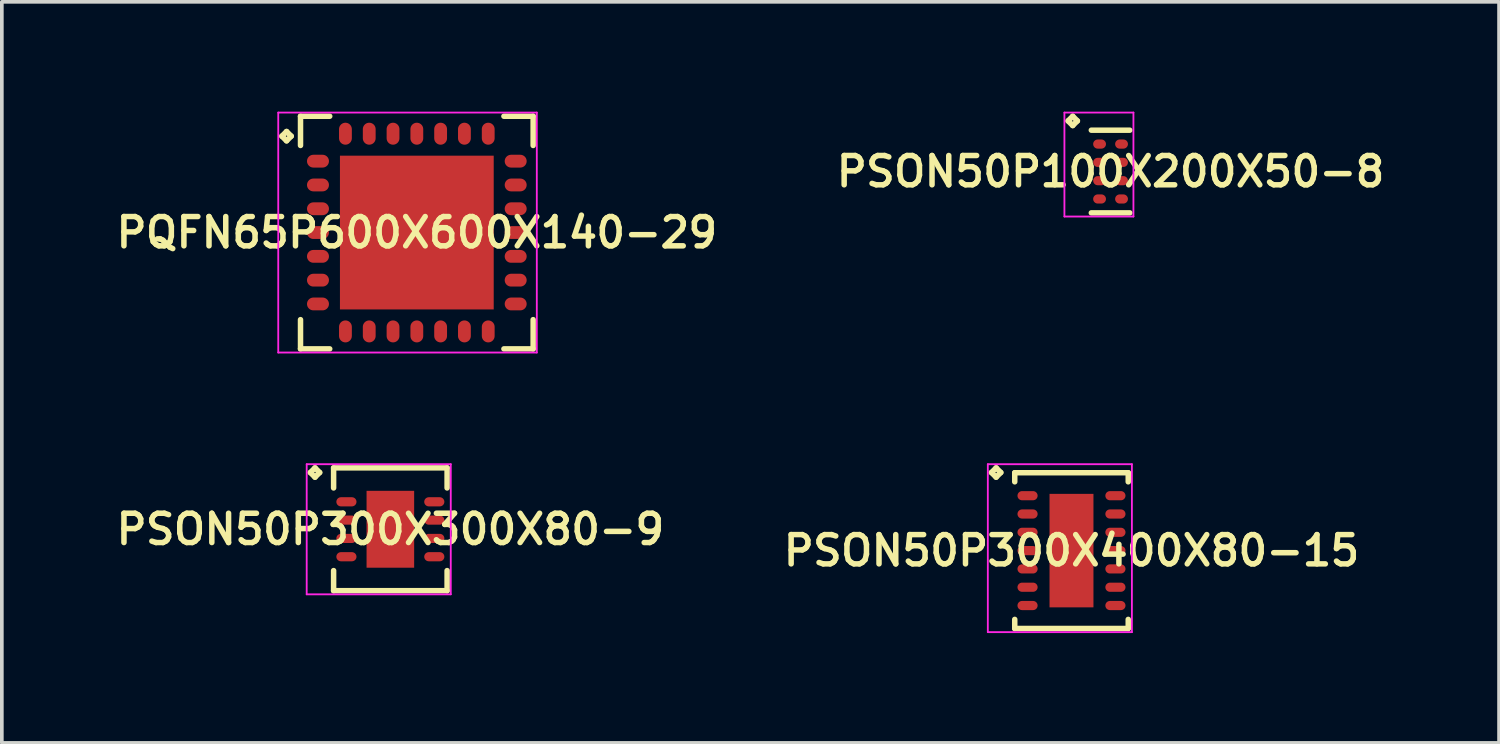
<source format=kicad_pcb>
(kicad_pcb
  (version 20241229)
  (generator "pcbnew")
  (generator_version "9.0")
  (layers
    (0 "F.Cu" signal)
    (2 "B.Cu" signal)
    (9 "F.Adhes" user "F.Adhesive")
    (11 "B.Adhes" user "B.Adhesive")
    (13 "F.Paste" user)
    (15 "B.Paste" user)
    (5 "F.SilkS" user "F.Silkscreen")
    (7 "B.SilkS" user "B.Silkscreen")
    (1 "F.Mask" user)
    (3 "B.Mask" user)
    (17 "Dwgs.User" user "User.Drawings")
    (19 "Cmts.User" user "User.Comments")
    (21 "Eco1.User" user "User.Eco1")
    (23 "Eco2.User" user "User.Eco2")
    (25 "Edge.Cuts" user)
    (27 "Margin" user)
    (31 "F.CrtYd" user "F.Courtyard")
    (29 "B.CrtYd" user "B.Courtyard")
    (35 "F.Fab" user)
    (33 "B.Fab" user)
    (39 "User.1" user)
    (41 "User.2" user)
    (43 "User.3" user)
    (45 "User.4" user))
  (footprint "PSON50P300X300X80-9"
    (layer "F.Cu")
    (at 7.612 11.406)
    (property "Reference" "PSON50P300X300X80-9" (at 0 0 0) (layer "F.SilkS") (effects (font (size 0.8 0.8) (thickness 0.15))))
    (attr smd)
    (fp_line (start -2.185 -1.55) (end -2.058 -1.677) (stroke (width 0.15) (type solid)) (layer "F.SilkS"))
    (fp_line (start -2.058 -1.677) (end -1.931 -1.55) (stroke (width 0.15) (type solid)) (layer "F.SilkS"))
    (fp_line (start -2.058 -1.423) (end -2.185 -1.55) (stroke (width 0.15) (type solid)) (layer "F.SilkS"))
    (fp_line (start -1.931 -1.55) (end -2.058 -1.423) (stroke (width 0.15) (type solid)) (layer "F.SilkS"))
    (fp_line (start -1.55 -1.677) (end 1.55 -1.677) (stroke (width 0.15) (type solid)) (layer "F.SilkS"))
    (fp_line (start -1.55 -1.129) (end -1.55 -1.677) (stroke (width 0.15) (type solid)) (layer "F.SilkS"))
    (fp_line (start -1.55 1.129) (end -1.55 1.677) (stroke (width 0.15) (type solid)) (layer "F.SilkS"))
    (fp_line (start -1.55 1.677) (end 1.55 1.677) (stroke (width 0.15) (type solid)) (layer "F.SilkS"))
    (fp_line (start 1.55 -1.677) (end 1.55 -1.129) (stroke (width 0.15) (type solid)) (layer "F.SilkS"))
    (fp_line (start 1.55 1.677) (end 1.55 1.129) (stroke (width 0.15) (type solid)) (layer "F.SilkS"))
    (fp_line (start -2.285 -1.777) (end 1.65 -1.777) (stroke (width 0.05) (type solid)) (layer "F.CrtYd"))
    (fp_line (start -2.285 1.777) (end -2.285 -1.777) (stroke (width 0.05) (type solid)) (layer "F.CrtYd"))
    (fp_line (start 1.65 -1.777) (end 1.65 1.777) (stroke (width 0.05) (type solid)) (layer "F.CrtYd"))
    (fp_line (start 1.65 1.777) (end -2.285 1.777) (stroke (width 0.05) (type solid)) (layer "F.CrtYd"))
    (pad "1" smd oval (at -1.2 -0.75) (size 0.55 0.25) (layers "F.Cu" "F.Mask" "F.Paste"))
    (pad "2" smd oval (at -1.2 -0.25) (size 0.55 0.25) (layers "F.Cu" "F.Mask" "F.Paste"))
    (pad "3" smd oval (at -1.2 0.25) (size 0.55 0.25) (layers "F.Cu" "F.Mask" "F.Paste"))
    (pad "4" smd oval (at -1.2 0.75) (size 0.55 0.25) (layers "F.Cu" "F.Mask" "F.Paste"))
    (pad "5" smd oval (at 1.2 0.75) (size 0.55 0.25) (layers "F.Cu" "F.Mask" "F.Paste"))
    (pad "6" smd oval (at 1.2 0.25) (size 0.55 0.25) (layers "F.Cu" "F.Mask" "F.Paste"))
    (pad "7" smd oval (at 1.2 -0.25) (size 0.55 0.25) (layers "F.Cu" "F.Mask" "F.Paste"))
    (pad "8" smd oval (at 1.2 -0.75) (size 0.55 0.25) (layers "F.Cu" "F.Mask" "F.Paste"))
    (pad "9" smd rect (at 0 0) (size 1.3 2.1) (layers "F.Cu" "F.Mask" "F.Paste")))
  (footprint "PQFN65P600X600X140-29"
    (layer "F.Cu")
    (at 8.335 3.302)
    (property "Reference" "PQFN65P600X600X140-29" (at 0 0 0) (layer "F.SilkS") (effects (font (size 0.8 0.8) (thickness 0.15))))
    (attr smd)
    (fp_line (start -3.685 -2.633) (end -3.558 -2.76) (stroke (width 0.15) (type solid)) (layer "F.SilkS"))
    (fp_line (start -3.558 -2.76) (end -3.431 -2.633) (stroke (width 0.15) (type solid)) (layer "F.SilkS"))
    (fp_line (start -3.558 -2.506) (end -3.685 -2.633) (stroke (width 0.15) (type solid)) (layer "F.SilkS"))
    (fp_line (start -3.431 -2.633) (end -3.558 -2.506) (stroke (width 0.15) (type solid)) (layer "F.SilkS"))
    (fp_line (start -3.177 -3.177) (end -2.379 -3.177) (stroke (width 0.15) (type solid)) (layer "F.SilkS"))
    (fp_line (start -3.177 -2.379) (end -3.177 -3.177) (stroke (width 0.15) (type solid)) (layer "F.SilkS"))
    (fp_line (start -3.177 2.379) (end -3.177 3.177) (stroke (width 0.15) (type solid)) (layer "F.SilkS"))
    (fp_line (start -3.177 3.177) (end -2.379 3.177) (stroke (width 0.15) (type solid)) (layer "F.SilkS"))
    (fp_line (start 2.379 -3.177) (end 3.177 -3.177) (stroke (width 0.15) (type solid)) (layer "F.SilkS"))
    (fp_line (start 2.379 3.177) (end 3.177 3.177) (stroke (width 0.15) (type solid)) (layer "F.SilkS"))
    (fp_line (start 3.177 -3.177) (end 3.177 -2.379) (stroke (width 0.15) (type solid)) (layer "F.SilkS"))
    (fp_line (start 3.177 3.177) (end 3.177 2.379) (stroke (width 0.15) (type solid)) (layer "F.SilkS"))
    (fp_line (start -3.785 -3.277) (end 3.277 -3.277) (stroke (width 0.05) (type solid)) (layer "F.CrtYd"))
    (fp_line (start -3.785 3.277) (end -3.785 -3.277) (stroke (width 0.05) (type solid)) (layer "F.CrtYd"))
    (fp_line (start 3.277 -3.277) (end 3.277 3.277) (stroke (width 0.05) (type solid)) (layer "F.CrtYd"))
    (fp_line (start 3.277 3.277) (end -3.785 3.277) (stroke (width 0.05) (type solid)) (layer "F.CrtYd"))
    (pad "1" smd oval (at -2.7 -1.95) (size 0.6 0.35) (layers "F.Cu" "F.Mask" "F.Paste"))
    (pad "2" smd oval (at -2.7 -1.3) (size 0.6 0.35) (layers "F.Cu" "F.Mask" "F.Paste"))
    (pad "3" smd oval (at -2.7 -0.65) (size 0.6 0.35) (layers "F.Cu" "F.Mask" "F.Paste"))
    (pad "4" smd oval (at -2.7 0) (size 0.6 0.35) (layers "F.Cu" "F.Mask" "F.Paste"))
    (pad "5" smd oval (at -2.7 0.65) (size 0.6 0.35) (layers "F.Cu" "F.Mask" "F.Paste"))
    (pad "6" smd oval (at -2.7 1.3) (size 0.6 0.35) (layers "F.Cu" "F.Mask" "F.Paste"))
    (pad "7" smd oval (at -2.7 1.95) (size 0.6 0.35) (layers "F.Cu" "F.Mask" "F.Paste"))
    (pad "8" smd oval (at -1.95 2.7) (size 0.35 0.6) (layers "F.Cu" "F.Mask" "F.Paste"))
    (pad "9" smd oval (at -1.3 2.7) (size 0.35 0.6) (layers "F.Cu" "F.Mask" "F.Paste"))
    (pad "10" smd oval (at -0.65 2.7) (size 0.35 0.6) (layers "F.Cu" "F.Mask" "F.Paste"))
    (pad "11" smd oval (at 0 2.7) (size 0.35 0.6) (layers "F.Cu" "F.Mask" "F.Paste"))
    (pad "12" smd oval (at 0.65 2.7) (size 0.35 0.6) (layers "F.Cu" "F.Mask" "F.Paste"))
    (pad "13" smd oval (at 1.3 2.7) (size 0.35 0.6) (layers "F.Cu" "F.Mask" "F.Paste"))
    (pad "14" smd oval (at 1.95 2.7) (size 0.35 0.6) (layers "F.Cu" "F.Mask" "F.Paste"))
    (pad "15" smd oval (at 2.7 1.95) (size 0.6 0.35) (layers "F.Cu" "F.Mask" "F.Paste"))
    (pad "16" smd oval (at 2.7 1.3) (size 0.6 0.35) (layers "F.Cu" "F.Mask" "F.Paste"))
    (pad "17" smd oval (at 2.7 0.65) (size 0.6 0.35) (layers "F.Cu" "F.Mask" "F.Paste"))
    (pad "18" smd oval (at 2.7 0) (size 0.6 0.35) (layers "F.Cu" "F.Mask" "F.Paste"))
    (pad "19" smd oval (at 2.7 -0.65) (size 0.6 0.35) (layers "F.Cu" "F.Mask" "F.Paste"))
    (pad "20" smd oval (at 2.7 -1.3) (size 0.6 0.35) (layers "F.Cu" "F.Mask" "F.Paste"))
    (pad "21" smd oval (at 2.7 -1.95) (size 0.6 0.35) (layers "F.Cu" "F.Mask" "F.Paste"))
    (pad "22" smd oval (at 1.95 -2.7) (size 0.35 0.6) (layers "F.Cu" "F.Mask" "F.Paste"))
    (pad "23" smd oval (at 1.3 -2.7) (size 0.35 0.6) (layers "F.Cu" "F.Mask" "F.Paste"))
    (pad "24" smd oval (at 0.65 -2.7) (size 0.35 0.6) (layers "F.Cu" "F.Mask" "F.Paste"))
    (pad "25" smd oval (at 0 -2.7) (size 0.35 0.6) (layers "F.Cu" "F.Mask" "F.Paste"))
    (pad "26" smd oval (at -0.65 -2.7) (size 0.35 0.6) (layers "F.Cu" "F.Mask" "F.Paste"))
    (pad "27" smd oval (at -1.3 -2.7) (size 0.35 0.6) (layers "F.Cu" "F.Mask" "F.Paste"))
    (pad "28" smd oval (at -1.95 -2.7) (size 0.35 0.6) (layers "F.Cu" "F.Mask" "F.Paste"))
    (pad "29" smd rect (at 0 0) (size 4.2 4.2) (layers "F.Cu" "F.Mask" "F.Paste")))
  (footprint "PSON50P300X400X80-15"
    (layer "F.Cu")
    (at 26.216 11.989)
    (property "Reference" "PSON50P300X400X80-15" (at 0 0 0) (layer "F.SilkS") (effects (font (size 0.8 0.8) (thickness 0.15))))
    (attr smd)
    (fp_line (start -2.185 -2.133) (end -2.058 -2.26) (stroke (width 0.15) (type solid)) (layer "F.SilkS"))
    (fp_line (start -2.058 -2.26) (end -1.931 -2.133) (stroke (width 0.15) (type solid)) (layer "F.SilkS"))
    (fp_line (start -2.058 -2.006) (end -2.185 -2.133) (stroke (width 0.15) (type solid)) (layer "F.SilkS"))
    (fp_line (start -1.931 -2.133) (end -2.058 -2.006) (stroke (width 0.15) (type solid)) (layer "F.SilkS"))
    (fp_line (start -1.55 -2.127) (end 1.55 -2.127) (stroke (width 0.15) (type solid)) (layer "F.SilkS"))
    (fp_line (start -1.55 -1.879) (end -1.55 -2.127) (stroke (width 0.15) (type solid)) (layer "F.SilkS"))
    (fp_line (start -1.55 1.879) (end -1.55 2.127) (stroke (width 0.15) (type solid)) (layer "F.SilkS"))
    (fp_line (start -1.55 2.127) (end 1.55 2.127) (stroke (width 0.15) (type solid)) (layer "F.SilkS"))
    (fp_line (start 1.55 -2.127) (end 1.55 -1.879) (stroke (width 0.15) (type solid)) (layer "F.SilkS"))
    (fp_line (start 1.55 2.127) (end 1.55 1.879) (stroke (width 0.15) (type solid)) (layer "F.SilkS"))
    (fp_line (start -2.285 -2.36) (end 1.65 -2.36) (stroke (width 0.05) (type solid)) (layer "F.CrtYd"))
    (fp_line (start -2.285 2.227) (end -2.285 -2.36) (stroke (width 0.05) (type solid)) (layer "F.CrtYd"))
    (fp_line (start 1.65 -2.36) (end 1.65 2.227) (stroke (width 0.05) (type solid)) (layer "F.CrtYd"))
    (fp_line (start 1.65 2.227) (end -2.285 2.227) (stroke (width 0.05) (type solid)) (layer "F.CrtYd"))
    (pad "1" smd oval (at -1.2 -1.5) (size 0.55 0.25) (layers "F.Cu" "F.Mask" "F.Paste"))
    (pad "2" smd oval (at -1.2 -1) (size 0.55 0.25) (layers "F.Cu" "F.Mask" "F.Paste"))
    (pad "3" smd oval (at -1.2 -0.5) (size 0.55 0.25) (layers "F.Cu" "F.Mask" "F.Paste"))
    (pad "4" smd oval (at -1.2 0) (size 0.55 0.25) (layers "F.Cu" "F.Mask" "F.Paste"))
    (pad "5" smd oval (at -1.2 0.5) (size 0.55 0.25) (layers "F.Cu" "F.Mask" "F.Paste"))
    (pad "6" smd oval (at -1.2 1) (size 0.55 0.25) (layers "F.Cu" "F.Mask" "F.Paste"))
    (pad "7" smd oval (at -1.2 1.5) (size 0.55 0.25) (layers "F.Cu" "F.Mask" "F.Paste"))
    (pad "8" smd oval (at 1.2 1.5) (size 0.55 0.25) (layers "F.Cu" "F.Mask" "F.Paste"))
    (pad "9" smd oval (at 1.2 1) (size 0.55 0.25) (layers "F.Cu" "F.Mask" "F.Paste"))
    (pad "10" smd oval (at 1.2 0.5) (size 0.55 0.25) (layers "F.Cu" "F.Mask" "F.Paste"))
    (pad "11" smd oval (at 1.2 0) (size 0.55 0.25) (layers "F.Cu" "F.Mask" "F.Paste"))
    (pad "12" smd oval (at 1.2 -0.5) (size 0.55 0.25) (layers "F.Cu" "F.Mask" "F.Paste"))
    (pad "13" smd oval (at 1.2 -1) (size 0.55 0.25) (layers "F.Cu" "F.Mask" "F.Paste"))
    (pad "14" smd oval (at 1.2 -1.5) (size 0.55 0.25) (layers "F.Cu" "F.Mask" "F.Paste"))
    (pad "15" smd rect (at 0 0) (size 1.2 3.1) (layers "F.Cu" "F.Mask" "F.Paste")))
  (footprint "PSON50P100X200X50-8"
    (layer "F.Cu")
    (at 27.283 1.635)
    (property "Reference" "PSON50P100X200X50-8" (at 0 0 0) (layer "F.SilkS") (effects (font (size 0.8 0.8) (thickness 0.15))))
    (attr smd)
    (fp_line (start -1.16 -1.383) (end -1.033 -1.51) (stroke (width 0.15) (type solid)) (layer "F.SilkS"))
    (fp_line (start -1.033 -1.51) (end -0.906 -1.383) (stroke (width 0.15) (type solid)) (layer "F.SilkS"))
    (fp_line (start -1.033 -1.256) (end -1.16 -1.383) (stroke (width 0.15) (type solid)) (layer "F.SilkS"))
    (fp_line (start -0.906 -1.383) (end -1.033 -1.256) (stroke (width 0.15) (type solid)) (layer "F.SilkS"))
    (fp_line (start -0.525 -1.129) (end 0.525 -1.129) (stroke (width 0.15) (type solid)) (layer "F.SilkS"))
    (fp_line (start -0.525 1.129) (end 0.525 1.129) (stroke (width 0.15) (type solid)) (layer "F.SilkS"))
    (fp_line (start -1.26 -1.61) (end 0.625 -1.61) (stroke (width 0.05) (type solid)) (layer "F.CrtYd"))
    (fp_line (start -1.26 1.229) (end -1.26 -1.61) (stroke (width 0.05) (type solid)) (layer "F.CrtYd"))
    (fp_line (start 0.625 -1.61) (end 0.625 1.229) (stroke (width 0.05) (type solid)) (layer "F.CrtYd"))
    (fp_line (start 0.625 1.229) (end -1.26 1.229) (stroke (width 0.05) (type solid)) (layer "F.CrtYd"))
    (pad "1" smd oval (at -0.3 -0.75) (size 0.35 0.25) (layers "F.Cu" "F.Mask" "F.Paste"))
    (pad "2" smd oval (at -0.3 -0.25) (size 0.35 0.25) (layers "F.Cu" "F.Mask" "F.Paste"))
    (pad "3" smd oval (at -0.3 0.25) (size 0.35 0.25) (layers "F.Cu" "F.Mask" "F.Paste"))
    (pad "4" smd oval (at -0.3 0.75) (size 0.35 0.25) (layers "F.Cu" "F.Mask" "F.Paste"))
    (pad "5" smd oval (at 0.3 0.75) (size 0.35 0.25) (layers "F.Cu" "F.Mask" "F.Paste"))
    (pad "6" smd oval (at 0.3 0.25) (size 0.35 0.25) (layers "F.Cu" "F.Mask" "F.Paste"))
    (pad "7" smd oval (at 0.3 -0.25) (size 0.35 0.25) (layers "F.Cu" "F.Mask" "F.Paste"))
    (pad "8" smd oval (at 0.3 -0.75) (size 0.35 0.25) (layers "F.Cu" "F.Mask" "F.Paste")))
  (gr_rect
    (start -3 -3)
    (end 37.894 17.241)
    (stroke (width 0.1) (type default))
    (fill no)
    (layer "Edge.Cuts")))
</source>
